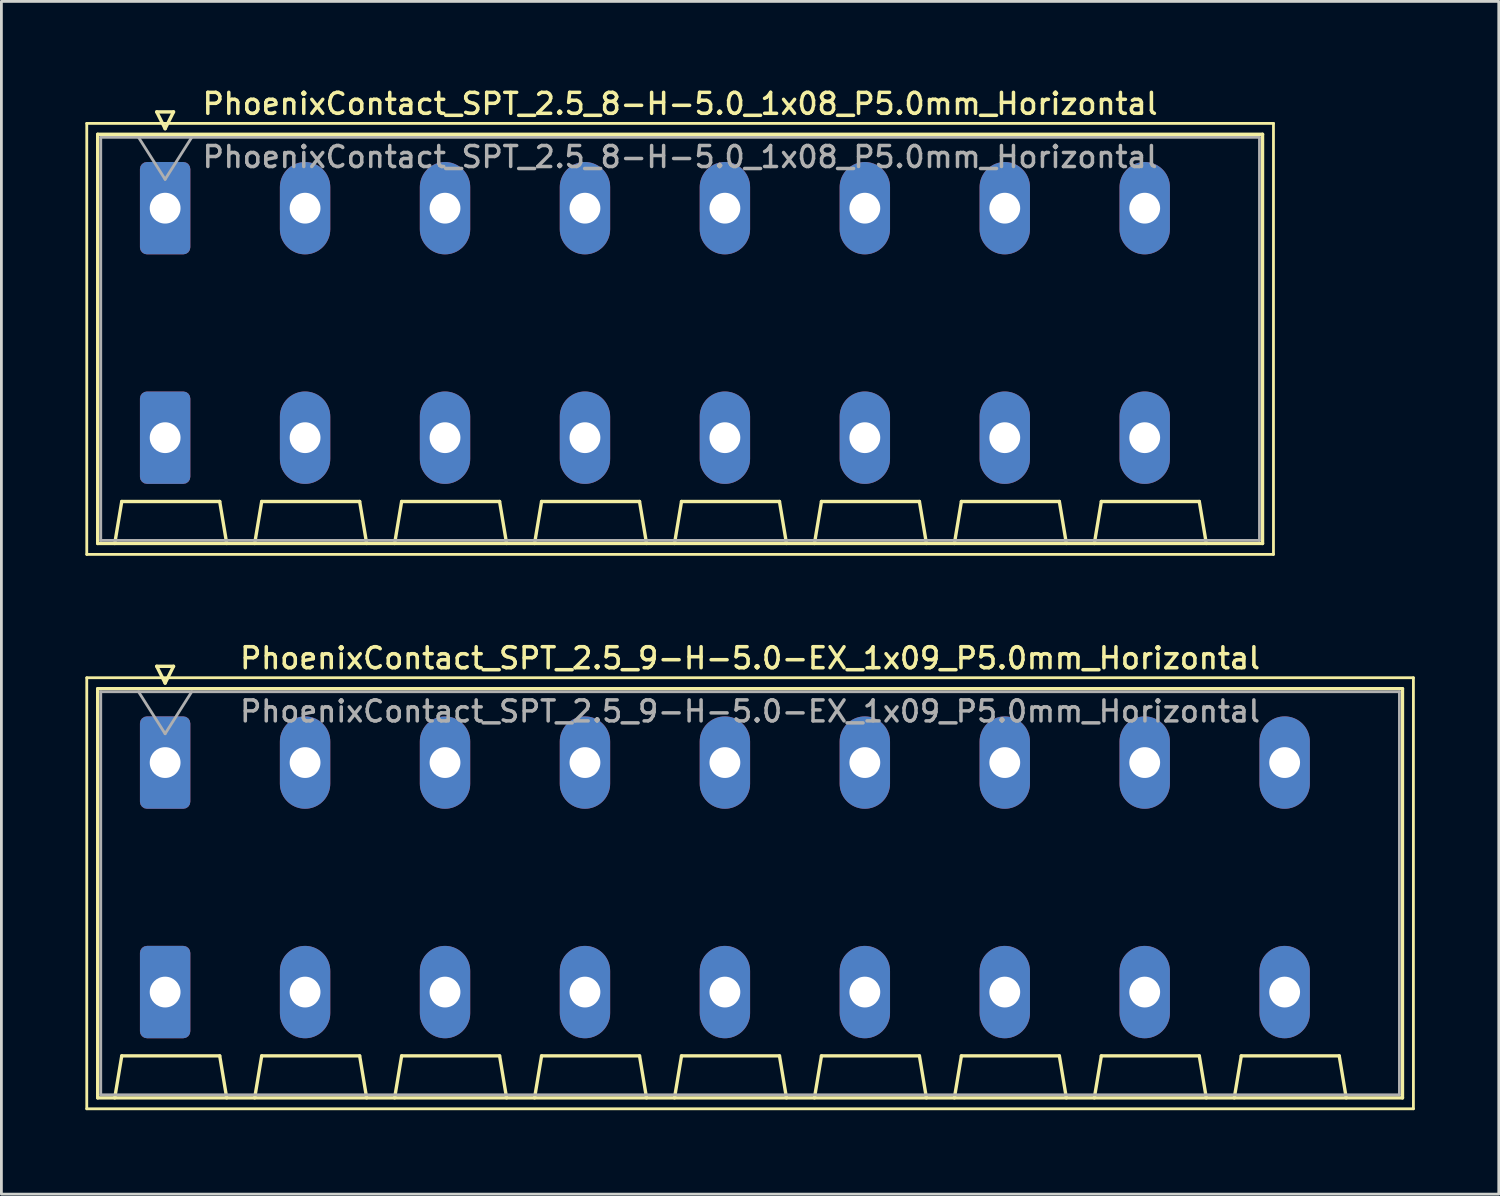
<source format=kicad_pcb>
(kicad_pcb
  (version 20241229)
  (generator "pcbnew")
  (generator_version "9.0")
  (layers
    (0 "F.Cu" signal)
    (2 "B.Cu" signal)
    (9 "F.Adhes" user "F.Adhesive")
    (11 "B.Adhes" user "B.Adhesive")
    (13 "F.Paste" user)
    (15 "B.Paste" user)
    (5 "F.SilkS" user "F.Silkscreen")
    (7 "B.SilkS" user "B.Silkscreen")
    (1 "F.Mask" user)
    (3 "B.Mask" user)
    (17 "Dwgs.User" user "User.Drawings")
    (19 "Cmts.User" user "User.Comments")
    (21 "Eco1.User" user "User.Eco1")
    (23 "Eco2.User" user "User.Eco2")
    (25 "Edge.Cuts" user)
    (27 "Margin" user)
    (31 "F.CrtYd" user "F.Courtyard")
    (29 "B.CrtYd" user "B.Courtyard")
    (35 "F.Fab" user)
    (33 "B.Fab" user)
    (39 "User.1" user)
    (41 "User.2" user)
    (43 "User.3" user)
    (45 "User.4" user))
  (footprint "PhoenixContact_SPT_2.5_8-H-5.0_1x08_P5.0mm_Horizontal"
    (layer "F.Cu")
    (at 2.85 4.388)
    (property "Reference" "PhoenixContact_SPT_2.5_8-H-5.0_1x08_P5.0mm_Horizontal" (at 18.4 -3.73 0) (layer "F.SilkS") (effects (font (size 0.75 0.75) (thickness 0.125))))
    (attr through_hole)
    (fp_line (start -2.8 -3.03) (end -2.8 12.37) (stroke (width 0.1) (type solid)) (layer "F.SilkS"))
    (fp_line (start -2.8 12.37) (end 39.6 12.37) (stroke (width 0.1) (type solid)) (layer "F.SilkS"))
    (fp_line (start -2.41 -2.64) (end 39.21 -2.64) (stroke (width 0.12) (type solid)) (layer "F.SilkS"))
    (fp_line (start -2.41 11.98) (end -2.41 -2.64) (stroke (width 0.12) (type solid)) (layer "F.SilkS"))
    (fp_line (start -1.8 11.98) (end -1.55 10.48) (stroke (width 0.12) (type solid)) (layer "F.SilkS"))
    (fp_line (start -1.55 10.48) (end 1.95 10.48) (stroke (width 0.12) (type solid)) (layer "F.SilkS"))
    (fp_line (start -0.3 -3.44) (end 0 -2.84) (stroke (width 0.12) (type solid)) (layer "F.SilkS"))
    (fp_line (start -0.3 -3.44) (end 0.3 -3.44) (stroke (width 0.12) (type solid)) (layer "F.SilkS"))
    (fp_line (start 0.3 -3.44) (end 0 -2.84) (stroke (width 0.12) (type solid)) (layer "F.SilkS"))
    (fp_line (start 2.2 11.98) (end 1.95 10.48) (stroke (width 0.12) (type solid)) (layer "F.SilkS"))
    (fp_line (start 3.2 11.98) (end 3.45 10.48) (stroke (width 0.12) (type solid)) (layer "F.SilkS"))
    (fp_line (start 3.45 10.48) (end 6.95 10.48) (stroke (width 0.12) (type solid)) (layer "F.SilkS"))
    (fp_line (start 7.2 11.98) (end 6.95 10.48) (stroke (width 0.12) (type solid)) (layer "F.SilkS"))
    (fp_line (start 8.2 11.98) (end 8.45 10.48) (stroke (width 0.12) (type solid)) (layer "F.SilkS"))
    (fp_line (start 8.45 10.48) (end 11.95 10.48) (stroke (width 0.12) (type solid)) (layer "F.SilkS"))
    (fp_line (start 12.2 11.98) (end 11.95 10.48) (stroke (width 0.12) (type solid)) (layer "F.SilkS"))
    (fp_line (start 13.2 11.98) (end 13.45 10.48) (stroke (width 0.12) (type solid)) (layer "F.SilkS"))
    (fp_line (start 13.45 10.48) (end 16.95 10.48) (stroke (width 0.12) (type solid)) (layer "F.SilkS"))
    (fp_line (start 17.2 11.98) (end 16.95 10.48) (stroke (width 0.12) (type solid)) (layer "F.SilkS"))
    (fp_line (start 18.2 11.98) (end 18.45 10.48) (stroke (width 0.12) (type solid)) (layer "F.SilkS"))
    (fp_line (start 18.45 10.48) (end 21.95 10.48) (stroke (width 0.12) (type solid)) (layer "F.SilkS"))
    (fp_line (start 22.2 11.98) (end 21.95 10.48) (stroke (width 0.12) (type solid)) (layer "F.SilkS"))
    (fp_line (start 23.2 11.98) (end 23.45 10.48) (stroke (width 0.12) (type solid)) (layer "F.SilkS"))
    (fp_line (start 23.45 10.48) (end 26.95 10.48) (stroke (width 0.12) (type solid)) (layer "F.SilkS"))
    (fp_line (start 27.2 11.98) (end 26.95 10.48) (stroke (width 0.12) (type solid)) (layer "F.SilkS"))
    (fp_line (start 28.2 11.98) (end 28.45 10.48) (stroke (width 0.12) (type solid)) (layer "F.SilkS"))
    (fp_line (start 28.45 10.48) (end 31.95 10.48) (stroke (width 0.12) (type solid)) (layer "F.SilkS"))
    (fp_line (start 32.2 11.98) (end 31.95 10.48) (stroke (width 0.12) (type solid)) (layer "F.SilkS"))
    (fp_line (start 33.2 11.98) (end 33.45 10.48) (stroke (width 0.12) (type solid)) (layer "F.SilkS"))
    (fp_line (start 33.45 10.48) (end 36.95 10.48) (stroke (width 0.12) (type solid)) (layer "F.SilkS"))
    (fp_line (start 37.2 11.98) (end 36.95 10.48) (stroke (width 0.12) (type solid)) (layer "F.SilkS"))
    (fp_line (start 39.21 -2.64) (end 39.21 11.98) (stroke (width 0.12) (type solid)) (layer "F.SilkS"))
    (fp_line (start 39.21 11.98) (end -2.41 11.98) (stroke (width 0.12) (type solid)) (layer "F.SilkS"))
    (fp_line (start 39.6 -3.03) (end -2.8 -3.03) (stroke (width 0.1) (type solid)) (layer "F.SilkS"))
    (fp_line (start 39.6 12.37) (end 39.6 -3.03) (stroke (width 0.1) (type solid)) (layer "F.SilkS"))
    (fp_line (start -2.3 -2.53) (end -2.3 11.87) (stroke (width 0.1) (type solid)) (layer "F.Fab"))
    (fp_line (start -2.3 11.87) (end 39.1 11.87) (stroke (width 0.1) (type solid)) (layer "F.Fab"))
    (fp_line (start -0.95 -2.53) (end 0 -1.03) (stroke (width 0.1) (type solid)) (layer "F.Fab"))
    (fp_line (start 0.95 -2.53) (end 0 -1.03) (stroke (width 0.1) (type solid)) (layer "F.Fab"))
    (fp_line (start 39.1 -2.53) (end -2.3 -2.53) (stroke (width 0.1) (type solid)) (layer "F.Fab"))
    (fp_line (start 39.1 11.87) (end 39.1 -2.53) (stroke (width 0.1) (type solid)) (layer "F.Fab"))
    (fp_text user "${REFERENCE}" (at 18.4 -1.83 0) (layer "F.Fab") (effects (font (size 0.75 0.75) (thickness 0.125))))
    (pad "1" thru_hole roundrect (at 0 0) (size 1.8 3.3) (drill 1.1) (layers "*.Cu" "*.Mask") (roundrect_rratio 0.139))
    (pad "1" thru_hole roundrect (at 0 8.2) (size 1.8 3.3) (drill 1.1) (layers "*.Cu" "*.Mask") (roundrect_rratio 0.139))
    (pad "2" thru_hole oval (at 5 0) (size 1.8 3.3) (drill 1.1) (layers "*.Cu" "*.Mask"))
    (pad "2" thru_hole oval (at 5 8.2) (size 1.8 3.3) (drill 1.1) (layers "*.Cu" "*.Mask"))
    (pad "3" thru_hole oval (at 10 0) (size 1.8 3.3) (drill 1.1) (layers "*.Cu" "*.Mask"))
    (pad "3" thru_hole oval (at 10 8.2) (size 1.8 3.3) (drill 1.1) (layers "*.Cu" "*.Mask"))
    (pad "4" thru_hole oval (at 15 0) (size 1.8 3.3) (drill 1.1) (layers "*.Cu" "*.Mask"))
    (pad "4" thru_hole oval (at 15 8.2) (size 1.8 3.3) (drill 1.1) (layers "*.Cu" "*.Mask"))
    (pad "5" thru_hole oval (at 20 0) (size 1.8 3.3) (drill 1.1) (layers "*.Cu" "*.Mask"))
    (pad "5" thru_hole oval (at 20 8.2) (size 1.8 3.3) (drill 1.1) (layers "*.Cu" "*.Mask"))
    (pad "6" thru_hole oval (at 25 0) (size 1.8 3.3) (drill 1.1) (layers "*.Cu" "*.Mask"))
    (pad "6" thru_hole oval (at 25 8.2) (size 1.8 3.3) (drill 1.1) (layers "*.Cu" "*.Mask"))
    (pad "7" thru_hole oval (at 30 0) (size 1.8 3.3) (drill 1.1) (layers "*.Cu" "*.Mask"))
    (pad "7" thru_hole oval (at 30 8.2) (size 1.8 3.3) (drill 1.1) (layers "*.Cu" "*.Mask"))
    (pad "8" thru_hole oval (at 35 0) (size 1.8 3.3) (drill 1.1) (layers "*.Cu" "*.Mask"))
    (pad "8" thru_hole oval (at 35 8.2) (size 1.8 3.3) (drill 1.1) (layers "*.Cu" "*.Mask")))
  (footprint "PhoenixContact_SPT_2.5_9-H-5.0-EX_1x09_P5.0mm_Horizontal"
    (layer "F.Cu")
    (at 2.85 24.196)
    (property "Reference" "PhoenixContact_SPT_2.5_9-H-5.0-EX_1x09_P5.0mm_Horizontal" (at 20.9 -3.73 0) (layer "F.SilkS") (effects (font (size 0.75 0.75) (thickness 0.125))))
    (attr through_hole)
    (fp_line (start -2.8 -3.03) (end -2.8 12.37) (stroke (width 0.1) (type solid)) (layer "F.SilkS"))
    (fp_line (start -2.8 12.37) (end 44.6 12.37) (stroke (width 0.1) (type solid)) (layer "F.SilkS"))
    (fp_line (start -2.41 -2.64) (end 44.21 -2.64) (stroke (width 0.12) (type solid)) (layer "F.SilkS"))
    (fp_line (start -2.41 11.98) (end -2.41 -2.64) (stroke (width 0.12) (type solid)) (layer "F.SilkS"))
    (fp_line (start -1.8 11.98) (end -1.55 10.48) (stroke (width 0.12) (type solid)) (layer "F.SilkS"))
    (fp_line (start -1.55 10.48) (end 1.95 10.48) (stroke (width 0.12) (type solid)) (layer "F.SilkS"))
    (fp_line (start -0.3 -3.44) (end 0 -2.84) (stroke (width 0.12) (type solid)) (layer "F.SilkS"))
    (fp_line (start -0.3 -3.44) (end 0.3 -3.44) (stroke (width 0.12) (type solid)) (layer "F.SilkS"))
    (fp_line (start 0.3 -3.44) (end 0 -2.84) (stroke (width 0.12) (type solid)) (layer "F.SilkS"))
    (fp_line (start 2.2 11.98) (end 1.95 10.48) (stroke (width 0.12) (type solid)) (layer "F.SilkS"))
    (fp_line (start 3.2 11.98) (end 3.45 10.48) (stroke (width 0.12) (type solid)) (layer "F.SilkS"))
    (fp_line (start 3.45 10.48) (end 6.95 10.48) (stroke (width 0.12) (type solid)) (layer "F.SilkS"))
    (fp_line (start 7.2 11.98) (end 6.95 10.48) (stroke (width 0.12) (type solid)) (layer "F.SilkS"))
    (fp_line (start 8.2 11.98) (end 8.45 10.48) (stroke (width 0.12) (type solid)) (layer "F.SilkS"))
    (fp_line (start 8.45 10.48) (end 11.95 10.48) (stroke (width 0.12) (type solid)) (layer "F.SilkS"))
    (fp_line (start 12.2 11.98) (end 11.95 10.48) (stroke (width 0.12) (type solid)) (layer "F.SilkS"))
    (fp_line (start 13.2 11.98) (end 13.45 10.48) (stroke (width 0.12) (type solid)) (layer "F.SilkS"))
    (fp_line (start 13.45 10.48) (end 16.95 10.48) (stroke (width 0.12) (type solid)) (layer "F.SilkS"))
    (fp_line (start 17.2 11.98) (end 16.95 10.48) (stroke (width 0.12) (type solid)) (layer "F.SilkS"))
    (fp_line (start 18.2 11.98) (end 18.45 10.48) (stroke (width 0.12) (type solid)) (layer "F.SilkS"))
    (fp_line (start 18.45 10.48) (end 21.95 10.48) (stroke (width 0.12) (type solid)) (layer "F.SilkS"))
    (fp_line (start 22.2 11.98) (end 21.95 10.48) (stroke (width 0.12) (type solid)) (layer "F.SilkS"))
    (fp_line (start 23.2 11.98) (end 23.45 10.48) (stroke (width 0.12) (type solid)) (layer "F.SilkS"))
    (fp_line (start 23.45 10.48) (end 26.95 10.48) (stroke (width 0.12) (type solid)) (layer "F.SilkS"))
    (fp_line (start 27.2 11.98) (end 26.95 10.48) (stroke (width 0.12) (type solid)) (layer "F.SilkS"))
    (fp_line (start 28.2 11.98) (end 28.45 10.48) (stroke (width 0.12) (type solid)) (layer "F.SilkS"))
    (fp_line (start 28.45 10.48) (end 31.95 10.48) (stroke (width 0.12) (type solid)) (layer "F.SilkS"))
    (fp_line (start 32.2 11.98) (end 31.95 10.48) (stroke (width 0.12) (type solid)) (layer "F.SilkS"))
    (fp_line (start 33.2 11.98) (end 33.45 10.48) (stroke (width 0.12) (type solid)) (layer "F.SilkS"))
    (fp_line (start 33.45 10.48) (end 36.95 10.48) (stroke (width 0.12) (type solid)) (layer "F.SilkS"))
    (fp_line (start 37.2 11.98) (end 36.95 10.48) (stroke (width 0.12) (type solid)) (layer "F.SilkS"))
    (fp_line (start 38.2 11.98) (end 38.45 10.48) (stroke (width 0.12) (type solid)) (layer "F.SilkS"))
    (fp_line (start 38.45 10.48) (end 41.95 10.48) (stroke (width 0.12) (type solid)) (layer "F.SilkS"))
    (fp_line (start 42.2 11.98) (end 41.95 10.48) (stroke (width 0.12) (type solid)) (layer "F.SilkS"))
    (fp_line (start 44.21 -2.64) (end 44.21 11.98) (stroke (width 0.12) (type solid)) (layer "F.SilkS"))
    (fp_line (start 44.21 11.98) (end -2.41 11.98) (stroke (width 0.12) (type solid)) (layer "F.SilkS"))
    (fp_line (start 44.6 -3.03) (end -2.8 -3.03) (stroke (width 0.1) (type solid)) (layer "F.SilkS"))
    (fp_line (start 44.6 12.37) (end 44.6 -3.03) (stroke (width 0.1) (type solid)) (layer "F.SilkS"))
    (fp_line (start -2.3 -2.53) (end -2.3 11.87) (stroke (width 0.1) (type solid)) (layer "F.Fab"))
    (fp_line (start -2.3 11.87) (end 44.1 11.87) (stroke (width 0.1) (type solid)) (layer "F.Fab"))
    (fp_line (start -0.95 -2.53) (end 0 -1.03) (stroke (width 0.1) (type solid)) (layer "F.Fab"))
    (fp_line (start 0.95 -2.53) (end 0 -1.03) (stroke (width 0.1) (type solid)) (layer "F.Fab"))
    (fp_line (start 44.1 -2.53) (end -2.3 -2.53) (stroke (width 0.1) (type solid)) (layer "F.Fab"))
    (fp_line (start 44.1 11.87) (end 44.1 -2.53) (stroke (width 0.1) (type solid)) (layer "F.Fab"))
    (fp_text user "${REFERENCE}" (at 20.9 -1.83 0) (layer "F.Fab") (effects (font (size 0.75 0.75) (thickness 0.125))))
    (pad "1" thru_hole roundrect (at 0 0) (size 1.8 3.3) (drill 1.1) (layers "*.Cu" "*.Mask") (roundrect_rratio 0.139))
    (pad "1" thru_hole roundrect (at 0 8.2) (size 1.8 3.3) (drill 1.1) (layers "*.Cu" "*.Mask") (roundrect_rratio 0.139))
    (pad "2" thru_hole oval (at 5 0) (size 1.8 3.3) (drill 1.1) (layers "*.Cu" "*.Mask"))
    (pad "2" thru_hole oval (at 5 8.2) (size 1.8 3.3) (drill 1.1) (layers "*.Cu" "*.Mask"))
    (pad "3" thru_hole oval (at 10 0) (size 1.8 3.3) (drill 1.1) (layers "*.Cu" "*.Mask"))
    (pad "3" thru_hole oval (at 10 8.2) (size 1.8 3.3) (drill 1.1) (layers "*.Cu" "*.Mask"))
    (pad "4" thru_hole oval (at 15 0) (size 1.8 3.3) (drill 1.1) (layers "*.Cu" "*.Mask"))
    (pad "4" thru_hole oval (at 15 8.2) (size 1.8 3.3) (drill 1.1) (layers "*.Cu" "*.Mask"))
    (pad "5" thru_hole oval (at 20 0) (size 1.8 3.3) (drill 1.1) (layers "*.Cu" "*.Mask"))
    (pad "5" thru_hole oval (at 20 8.2) (size 1.8 3.3) (drill 1.1) (layers "*.Cu" "*.Mask"))
    (pad "6" thru_hole oval (at 25 0) (size 1.8 3.3) (drill 1.1) (layers "*.Cu" "*.Mask"))
    (pad "6" thru_hole oval (at 25 8.2) (size 1.8 3.3) (drill 1.1) (layers "*.Cu" "*.Mask"))
    (pad "7" thru_hole oval (at 30 0) (size 1.8 3.3) (drill 1.1) (layers "*.Cu" "*.Mask"))
    (pad "7" thru_hole oval (at 30 8.2) (size 1.8 3.3) (drill 1.1) (layers "*.Cu" "*.Mask"))
    (pad "8" thru_hole oval (at 35 0) (size 1.8 3.3) (drill 1.1) (layers "*.Cu" "*.Mask"))
    (pad "8" thru_hole oval (at 35 8.2) (size 1.8 3.3) (drill 1.1) (layers "*.Cu" "*.Mask"))
    (pad "9" thru_hole oval (at 40 0) (size 1.8 3.3) (drill 1.1) (layers "*.Cu" "*.Mask"))
    (pad "9" thru_hole oval (at 40 8.2) (size 1.8 3.3) (drill 1.1) (layers "*.Cu" "*.Mask")))
  (gr_rect
    (start -3 -3)
    (end 50.5 39.616)
    (stroke (width 0.1) (type default))
    (fill no)
    (layer "Edge.Cuts")))
</source>
